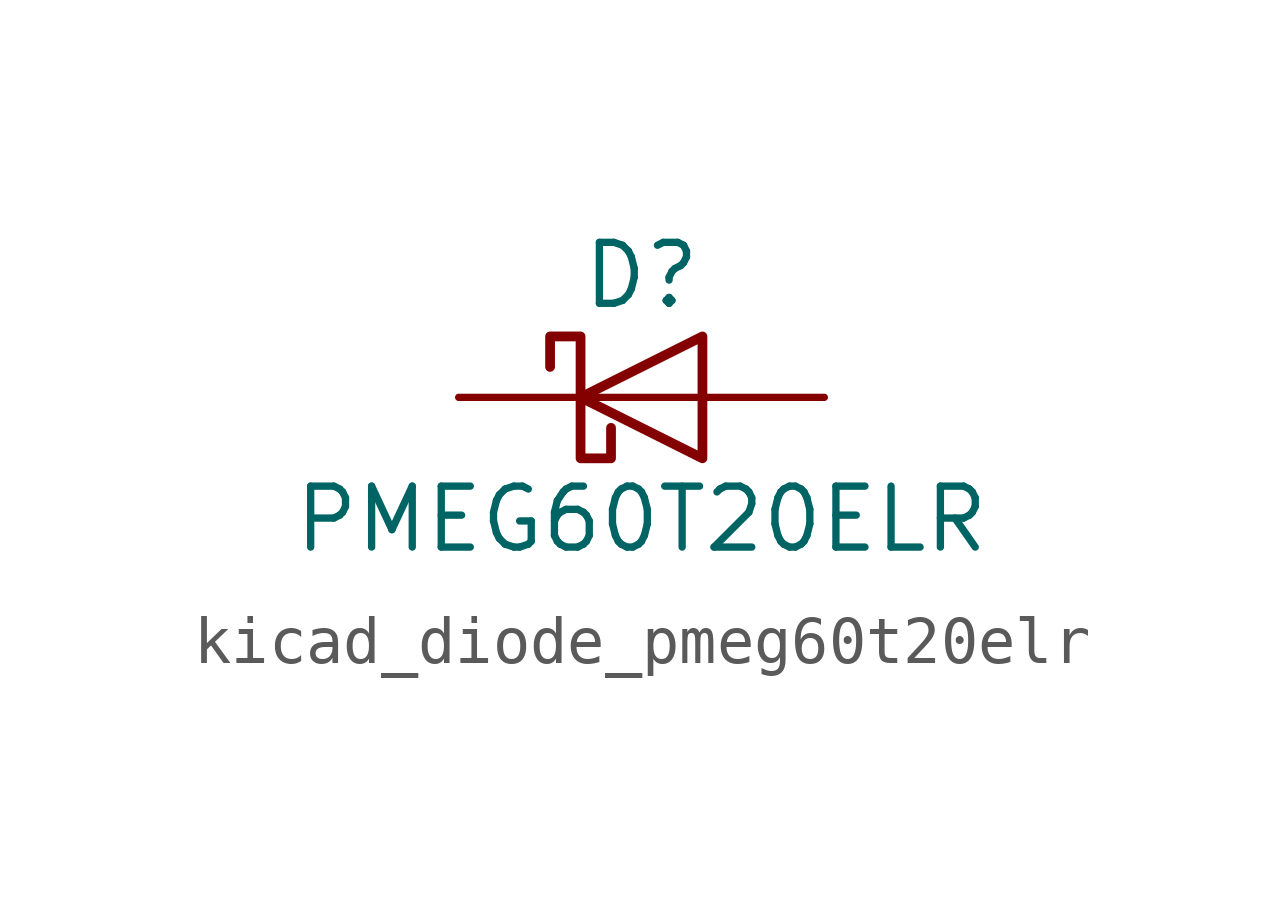
<source format=kicad_sym>
(kicad_symbol_lib
  (version 20220914)
  (generator kicad_symbol_editor)
  (symbol "kicad_diode_pmeg60t20elr"
    (pin_numbers hide)
    (pin_names hide)
    (property "Reference" "D"
      (at 0 2.54 0)
      (effects (font (size 1.27 1.27))))
    (property "Value" "PMEG60T20ELR"
      (at 0 -2.54 0)
      (effects (font (size 1.27 1.27))))
    (symbol "kicad_diode_pmeg60t20elr_0_1"
      (polyline (pts (xy 1.27 0) (xy -1.27 0)) (stroke (width 0) (type default)) (fill (type none)))
      (polyline (pts (xy 1.27 1.27) (xy 1.27 -1.27) (xy -1.27 0) (xy 1.27 1.27)) (stroke (width 0.203) (type default)) (fill (type none)))
      (polyline (pts (xy -1.905 0.635) (xy -1.905 1.27) (xy -1.27 1.27) (xy -1.27 -1.27) (xy -0.635 -1.27) (xy -0.635 -0.635)) (stroke (width 0.203) (type default)) (fill (type none))))
    (symbol "kicad_diode_pmeg60t20elr_1_1"
      (pin passive line (at -3.81 0 0) (length 2.54) (name "K" (effects (font (size 1.27 1.27)))) (number "1" (effects (font (size 1.27 1.27)))))
      (pin passive line (at 3.81 0 180) (length 2.54) (name "A" (effects (font (size 1.27 1.27)))) (number "2" (effects (font (size 1.27 1.27))))))))
</source>
